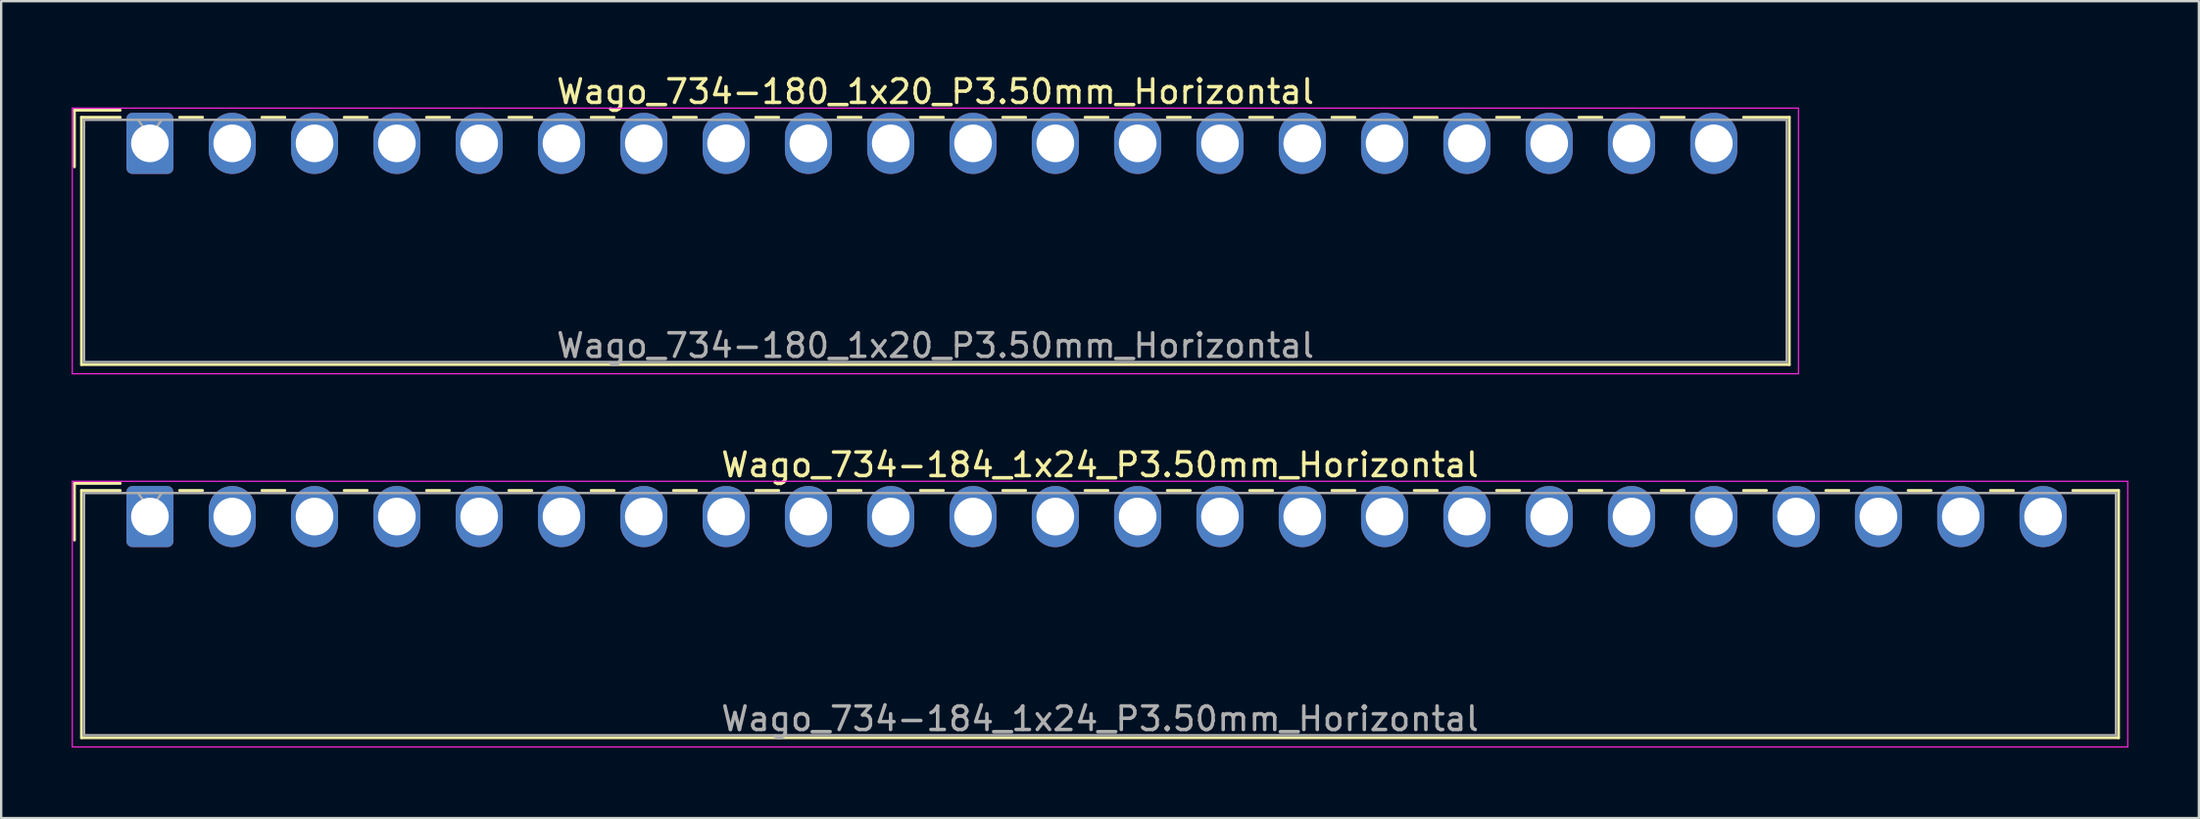
<source format=kicad_pcb>
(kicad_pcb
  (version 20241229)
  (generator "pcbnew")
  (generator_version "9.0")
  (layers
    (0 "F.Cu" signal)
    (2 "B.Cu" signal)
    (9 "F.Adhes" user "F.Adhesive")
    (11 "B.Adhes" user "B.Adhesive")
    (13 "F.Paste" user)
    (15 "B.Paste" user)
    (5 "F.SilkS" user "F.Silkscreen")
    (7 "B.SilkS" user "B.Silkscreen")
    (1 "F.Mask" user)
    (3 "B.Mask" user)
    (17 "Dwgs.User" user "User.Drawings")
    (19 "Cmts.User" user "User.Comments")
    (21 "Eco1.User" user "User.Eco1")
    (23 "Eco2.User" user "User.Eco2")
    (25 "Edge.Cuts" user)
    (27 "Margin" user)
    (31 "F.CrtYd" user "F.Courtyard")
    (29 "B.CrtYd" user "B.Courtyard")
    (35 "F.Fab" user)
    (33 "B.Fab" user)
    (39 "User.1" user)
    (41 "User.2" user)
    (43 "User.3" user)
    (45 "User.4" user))
  (footprint "Wago_734-180_1x20_P3.50mm_Horizontal"
    (layer "F.Cu")
    (at 3.325 3.048)
    (property "Reference" "Wago_734-180_1x20_P3.50mm_Horizontal" (at 33.4 -2.2 0) (layer "F.SilkS") (effects (font (size 1 1) (thickness 0.15))))
    (attr through_hole)
    (fp_line (start -3.21 -1.41) (end -1.26 -1.41) (stroke (width 0.12) (type solid)) (layer "F.SilkS"))
    (fp_line (start -3.21 1) (end -3.21 -1.41) (stroke (width 0.12) (type solid)) (layer "F.SilkS"))
    (fp_line (start -2.91 -1.11) (end -2.91 9.41) (stroke (width 0.12) (type solid)) (layer "F.SilkS"))
    (fp_line (start -2.91 9.41) (end 69.71 9.41) (stroke (width 0.12) (type solid)) (layer "F.SilkS"))
    (fp_line (start -1.26 -1.11) (end -2.91 -1.11) (stroke (width 0.12) (type solid)) (layer "F.SilkS"))
    (fp_line (start 1.26 -1.11) (end 2.24 -1.11) (stroke (width 0.12) (type solid)) (layer "F.SilkS"))
    (fp_line (start 4.76 -1.11) (end 5.74 -1.11) (stroke (width 0.12) (type solid)) (layer "F.SilkS"))
    (fp_line (start 8.26 -1.11) (end 9.24 -1.11) (stroke (width 0.12) (type solid)) (layer "F.SilkS"))
    (fp_line (start 11.76 -1.11) (end 12.74 -1.11) (stroke (width 0.12) (type solid)) (layer "F.SilkS"))
    (fp_line (start 15.26 -1.11) (end 16.24 -1.11) (stroke (width 0.12) (type solid)) (layer "F.SilkS"))
    (fp_line (start 18.76 -1.11) (end 19.74 -1.11) (stroke (width 0.12) (type solid)) (layer "F.SilkS"))
    (fp_line (start 22.26 -1.11) (end 23.24 -1.11) (stroke (width 0.12) (type solid)) (layer "F.SilkS"))
    (fp_line (start 25.76 -1.11) (end 26.74 -1.11) (stroke (width 0.12) (type solid)) (layer "F.SilkS"))
    (fp_line (start 29.26 -1.11) (end 30.24 -1.11) (stroke (width 0.12) (type solid)) (layer "F.SilkS"))
    (fp_line (start 32.76 -1.11) (end 33.74 -1.11) (stroke (width 0.12) (type solid)) (layer "F.SilkS"))
    (fp_line (start 36.26 -1.11) (end 37.24 -1.11) (stroke (width 0.12) (type solid)) (layer "F.SilkS"))
    (fp_line (start 39.76 -1.11) (end 40.74 -1.11) (stroke (width 0.12) (type solid)) (layer "F.SilkS"))
    (fp_line (start 43.26 -1.11) (end 44.24 -1.11) (stroke (width 0.12) (type solid)) (layer "F.SilkS"))
    (fp_line (start 46.76 -1.11) (end 47.74 -1.11) (stroke (width 0.12) (type solid)) (layer "F.SilkS"))
    (fp_line (start 50.26 -1.11) (end 51.24 -1.11) (stroke (width 0.12) (type solid)) (layer "F.SilkS"))
    (fp_line (start 53.76 -1.11) (end 54.74 -1.11) (stroke (width 0.12) (type solid)) (layer "F.SilkS"))
    (fp_line (start 57.26 -1.11) (end 58.24 -1.11) (stroke (width 0.12) (type solid)) (layer "F.SilkS"))
    (fp_line (start 60.76 -1.11) (end 61.74 -1.11) (stroke (width 0.12) (type solid)) (layer "F.SilkS"))
    (fp_line (start 64.26 -1.11) (end 65.24 -1.11) (stroke (width 0.12) (type solid)) (layer "F.SilkS"))
    (fp_line (start 69.71 -1.11) (end 67.76 -1.11) (stroke (width 0.12) (type solid)) (layer "F.SilkS"))
    (fp_line (start 69.71 9.41) (end 69.71 -1.11) (stroke (width 0.12) (type solid)) (layer "F.SilkS"))
    (fp_line (start -3.3 -1.5) (end -3.3 9.8) (stroke (width 0.05) (type solid)) (layer "F.CrtYd"))
    (fp_line (start -3.3 9.8) (end 70.1 9.8) (stroke (width 0.05) (type solid)) (layer "F.CrtYd"))
    (fp_line (start 70.1 -1.5) (end -3.3 -1.5) (stroke (width 0.05) (type solid)) (layer "F.CrtYd"))
    (fp_line (start 70.1 9.8) (end 70.1 -1.5) (stroke (width 0.05) (type solid)) (layer "F.CrtYd"))
    (fp_line (start -2.8 -1) (end -2.8 9.3) (stroke (width 0.1) (type solid)) (layer "F.Fab"))
    (fp_line (start -2.8 9.3) (end 69.6 9.3) (stroke (width 0.1) (type solid)) (layer "F.Fab"))
    (fp_line (start -0.5 -1) (end 0 -0.293) (stroke (width 0.1) (type solid)) (layer "F.Fab"))
    (fp_line (start 0 -0.293) (end 0.5 -1) (stroke (width 0.1) (type solid)) (layer "F.Fab"))
    (fp_line (start 69.6 -1) (end -2.8 -1) (stroke (width 0.1) (type solid)) (layer "F.Fab"))
    (fp_line (start 69.6 9.3) (end 69.6 -1) (stroke (width 0.1) (type solid)) (layer "F.Fab"))
    (fp_text user "${REFERENCE}" (at 33.4 8.6 0) (layer "F.Fab") (effects (font (size 1 1) (thickness 0.15))))
    (pad "1" thru_hole roundrect (at 0 0) (size 2 2.6) (drill 1.6) (layers "*.Cu" "*.Mask") (roundrect_rratio 0.125))
    (pad "2" thru_hole oval (at 3.5 0) (size 2 2.6) (drill 1.6) (layers "*.Cu" "*.Mask"))
    (pad "3" thru_hole oval (at 7 0) (size 2 2.6) (drill 1.6) (layers "*.Cu" "*.Mask"))
    (pad "4" thru_hole oval (at 10.5 0) (size 2 2.6) (drill 1.6) (layers "*.Cu" "*.Mask"))
    (pad "5" thru_hole oval (at 14 0) (size 2 2.6) (drill 1.6) (layers "*.Cu" "*.Mask"))
    (pad "6" thru_hole oval (at 17.5 0) (size 2 2.6) (drill 1.6) (layers "*.Cu" "*.Mask"))
    (pad "7" thru_hole oval (at 21 0) (size 2 2.6) (drill 1.6) (layers "*.Cu" "*.Mask"))
    (pad "8" thru_hole oval (at 24.5 0) (size 2 2.6) (drill 1.6) (layers "*.Cu" "*.Mask"))
    (pad "9" thru_hole oval (at 28 0) (size 2 2.6) (drill 1.6) (layers "*.Cu" "*.Mask"))
    (pad "10" thru_hole oval (at 31.5 0) (size 2 2.6) (drill 1.6) (layers "*.Cu" "*.Mask"))
    (pad "11" thru_hole oval (at 35 0) (size 2 2.6) (drill 1.6) (layers "*.Cu" "*.Mask"))
    (pad "12" thru_hole oval (at 38.5 0) (size 2 2.6) (drill 1.6) (layers "*.Cu" "*.Mask"))
    (pad "13" thru_hole oval (at 42 0) (size 2 2.6) (drill 1.6) (layers "*.Cu" "*.Mask"))
    (pad "14" thru_hole oval (at 45.5 0) (size 2 2.6) (drill 1.6) (layers "*.Cu" "*.Mask"))
    (pad "15" thru_hole oval (at 49 0) (size 2 2.6) (drill 1.6) (layers "*.Cu" "*.Mask"))
    (pad "16" thru_hole oval (at 52.5 0) (size 2 2.6) (drill 1.6) (layers "*.Cu" "*.Mask"))
    (pad "17" thru_hole oval (at 56 0) (size 2 2.6) (drill 1.6) (layers "*.Cu" "*.Mask"))
    (pad "18" thru_hole oval (at 59.5 0) (size 2 2.6) (drill 1.6) (layers "*.Cu" "*.Mask"))
    (pad "19" thru_hole oval (at 63 0) (size 2 2.6) (drill 1.6) (layers "*.Cu" "*.Mask"))
    (pad "20" thru_hole oval (at 66.5 0) (size 2 2.6) (drill 1.6) (layers "*.Cu" "*.Mask")))
  (footprint "Wago_734-184_1x24_P3.50mm_Horizontal"
    (layer "F.Cu")
    (at 3.325 18.922)
    (property "Reference" "Wago_734-184_1x24_P3.50mm_Horizontal" (at 40.4 -2.2 0) (layer "F.SilkS") (effects (font (size 1 1) (thickness 0.15))))
    (attr through_hole)
    (fp_line (start -3.21 -1.41) (end -1.26 -1.41) (stroke (width 0.12) (type solid)) (layer "F.SilkS"))
    (fp_line (start -3.21 1) (end -3.21 -1.41) (stroke (width 0.12) (type solid)) (layer "F.SilkS"))
    (fp_line (start -2.91 -1.11) (end -2.91 9.41) (stroke (width 0.12) (type solid)) (layer "F.SilkS"))
    (fp_line (start -2.91 9.41) (end 83.71 9.41) (stroke (width 0.12) (type solid)) (layer "F.SilkS"))
    (fp_line (start -1.26 -1.11) (end -2.91 -1.11) (stroke (width 0.12) (type solid)) (layer "F.SilkS"))
    (fp_line (start 1.26 -1.11) (end 2.24 -1.11) (stroke (width 0.12) (type solid)) (layer "F.SilkS"))
    (fp_line (start 4.76 -1.11) (end 5.74 -1.11) (stroke (width 0.12) (type solid)) (layer "F.SilkS"))
    (fp_line (start 8.26 -1.11) (end 9.24 -1.11) (stroke (width 0.12) (type solid)) (layer "F.SilkS"))
    (fp_line (start 11.76 -1.11) (end 12.74 -1.11) (stroke (width 0.12) (type solid)) (layer "F.SilkS"))
    (fp_line (start 15.26 -1.11) (end 16.24 -1.11) (stroke (width 0.12) (type solid)) (layer "F.SilkS"))
    (fp_line (start 18.76 -1.11) (end 19.74 -1.11) (stroke (width 0.12) (type solid)) (layer "F.SilkS"))
    (fp_line (start 22.26 -1.11) (end 23.24 -1.11) (stroke (width 0.12) (type solid)) (layer "F.SilkS"))
    (fp_line (start 25.76 -1.11) (end 26.74 -1.11) (stroke (width 0.12) (type solid)) (layer "F.SilkS"))
    (fp_line (start 29.26 -1.11) (end 30.24 -1.11) (stroke (width 0.12) (type solid)) (layer "F.SilkS"))
    (fp_line (start 32.76 -1.11) (end 33.74 -1.11) (stroke (width 0.12) (type solid)) (layer "F.SilkS"))
    (fp_line (start 36.26 -1.11) (end 37.24 -1.11) (stroke (width 0.12) (type solid)) (layer "F.SilkS"))
    (fp_line (start 39.76 -1.11) (end 40.74 -1.11) (stroke (width 0.12) (type solid)) (layer "F.SilkS"))
    (fp_line (start 43.26 -1.11) (end 44.24 -1.11) (stroke (width 0.12) (type solid)) (layer "F.SilkS"))
    (fp_line (start 46.76 -1.11) (end 47.74 -1.11) (stroke (width 0.12) (type solid)) (layer "F.SilkS"))
    (fp_line (start 50.26 -1.11) (end 51.24 -1.11) (stroke (width 0.12) (type solid)) (layer "F.SilkS"))
    (fp_line (start 53.76 -1.11) (end 54.74 -1.11) (stroke (width 0.12) (type solid)) (layer "F.SilkS"))
    (fp_line (start 57.26 -1.11) (end 58.24 -1.11) (stroke (width 0.12) (type solid)) (layer "F.SilkS"))
    (fp_line (start 60.76 -1.11) (end 61.74 -1.11) (stroke (width 0.12) (type solid)) (layer "F.SilkS"))
    (fp_line (start 64.26 -1.11) (end 65.24 -1.11) (stroke (width 0.12) (type solid)) (layer "F.SilkS"))
    (fp_line (start 67.76 -1.11) (end 68.74 -1.11) (stroke (width 0.12) (type solid)) (layer "F.SilkS"))
    (fp_line (start 71.26 -1.11) (end 72.24 -1.11) (stroke (width 0.12) (type solid)) (layer "F.SilkS"))
    (fp_line (start 74.76 -1.11) (end 75.74 -1.11) (stroke (width 0.12) (type solid)) (layer "F.SilkS"))
    (fp_line (start 78.26 -1.11) (end 79.24 -1.11) (stroke (width 0.12) (type solid)) (layer "F.SilkS"))
    (fp_line (start 83.71 -1.11) (end 81.76 -1.11) (stroke (width 0.12) (type solid)) (layer "F.SilkS"))
    (fp_line (start 83.71 9.41) (end 83.71 -1.11) (stroke (width 0.12) (type solid)) (layer "F.SilkS"))
    (fp_line (start -3.3 -1.5) (end -3.3 9.8) (stroke (width 0.05) (type solid)) (layer "F.CrtYd"))
    (fp_line (start -3.3 9.8) (end 84.1 9.8) (stroke (width 0.05) (type solid)) (layer "F.CrtYd"))
    (fp_line (start 84.1 -1.5) (end -3.3 -1.5) (stroke (width 0.05) (type solid)) (layer "F.CrtYd"))
    (fp_line (start 84.1 9.8) (end 84.1 -1.5) (stroke (width 0.05) (type solid)) (layer "F.CrtYd"))
    (fp_line (start -2.8 -1) (end -2.8 9.3) (stroke (width 0.1) (type solid)) (layer "F.Fab"))
    (fp_line (start -2.8 9.3) (end 83.6 9.3) (stroke (width 0.1) (type solid)) (layer "F.Fab"))
    (fp_line (start -0.5 -1) (end 0 -0.293) (stroke (width 0.1) (type solid)) (layer "F.Fab"))
    (fp_line (start 0 -0.293) (end 0.5 -1) (stroke (width 0.1) (type solid)) (layer "F.Fab"))
    (fp_line (start 83.6 -1) (end -2.8 -1) (stroke (width 0.1) (type solid)) (layer "F.Fab"))
    (fp_line (start 83.6 9.3) (end 83.6 -1) (stroke (width 0.1) (type solid)) (layer "F.Fab"))
    (fp_text user "${REFERENCE}" (at 40.4 8.6 0) (layer "F.Fab") (effects (font (size 1 1) (thickness 0.15))))
    (pad "1" thru_hole roundrect (at 0 0) (size 2 2.6) (drill 1.6) (layers "*.Cu" "*.Mask") (roundrect_rratio 0.125))
    (pad "2" thru_hole oval (at 3.5 0) (size 2 2.6) (drill 1.6) (layers "*.Cu" "*.Mask"))
    (pad "3" thru_hole oval (at 7 0) (size 2 2.6) (drill 1.6) (layers "*.Cu" "*.Mask"))
    (pad "4" thru_hole oval (at 10.5 0) (size 2 2.6) (drill 1.6) (layers "*.Cu" "*.Mask"))
    (pad "5" thru_hole oval (at 14 0) (size 2 2.6) (drill 1.6) (layers "*.Cu" "*.Mask"))
    (pad "6" thru_hole oval (at 17.5 0) (size 2 2.6) (drill 1.6) (layers "*.Cu" "*.Mask"))
    (pad "7" thru_hole oval (at 21 0) (size 2 2.6) (drill 1.6) (layers "*.Cu" "*.Mask"))
    (pad "8" thru_hole oval (at 24.5 0) (size 2 2.6) (drill 1.6) (layers "*.Cu" "*.Mask"))
    (pad "9" thru_hole oval (at 28 0) (size 2 2.6) (drill 1.6) (layers "*.Cu" "*.Mask"))
    (pad "10" thru_hole oval (at 31.5 0) (size 2 2.6) (drill 1.6) (layers "*.Cu" "*.Mask"))
    (pad "11" thru_hole oval (at 35 0) (size 2 2.6) (drill 1.6) (layers "*.Cu" "*.Mask"))
    (pad "12" thru_hole oval (at 38.5 0) (size 2 2.6) (drill 1.6) (layers "*.Cu" "*.Mask"))
    (pad "13" thru_hole oval (at 42 0) (size 2 2.6) (drill 1.6) (layers "*.Cu" "*.Mask"))
    (pad "14" thru_hole oval (at 45.5 0) (size 2 2.6) (drill 1.6) (layers "*.Cu" "*.Mask"))
    (pad "15" thru_hole oval (at 49 0) (size 2 2.6) (drill 1.6) (layers "*.Cu" "*.Mask"))
    (pad "16" thru_hole oval (at 52.5 0) (size 2 2.6) (drill 1.6) (layers "*.Cu" "*.Mask"))
    (pad "17" thru_hole oval (at 56 0) (size 2 2.6) (drill 1.6) (layers "*.Cu" "*.Mask"))
    (pad "18" thru_hole oval (at 59.5 0) (size 2 2.6) (drill 1.6) (layers "*.Cu" "*.Mask"))
    (pad "19" thru_hole oval (at 63 0) (size 2 2.6) (drill 1.6) (layers "*.Cu" "*.Mask"))
    (pad "20" thru_hole oval (at 66.5 0) (size 2 2.6) (drill 1.6) (layers "*.Cu" "*.Mask"))
    (pad "21" thru_hole oval (at 70 0) (size 2 2.6) (drill 1.6) (layers "*.Cu" "*.Mask"))
    (pad "22" thru_hole oval (at 73.5 0) (size 2 2.6) (drill 1.6) (layers "*.Cu" "*.Mask"))
    (pad "23" thru_hole oval (at 77 0) (size 2 2.6) (drill 1.6) (layers "*.Cu" "*.Mask"))
    (pad "24" thru_hole oval (at 80.5 0) (size 2 2.6) (drill 1.6) (layers "*.Cu" "*.Mask")))
  (gr_rect
    (start -3 -3)
    (end 90.45 31.747)
    (stroke (width 0.1) (type default))
    (fill no)
    (layer "Edge.Cuts")))
</source>
